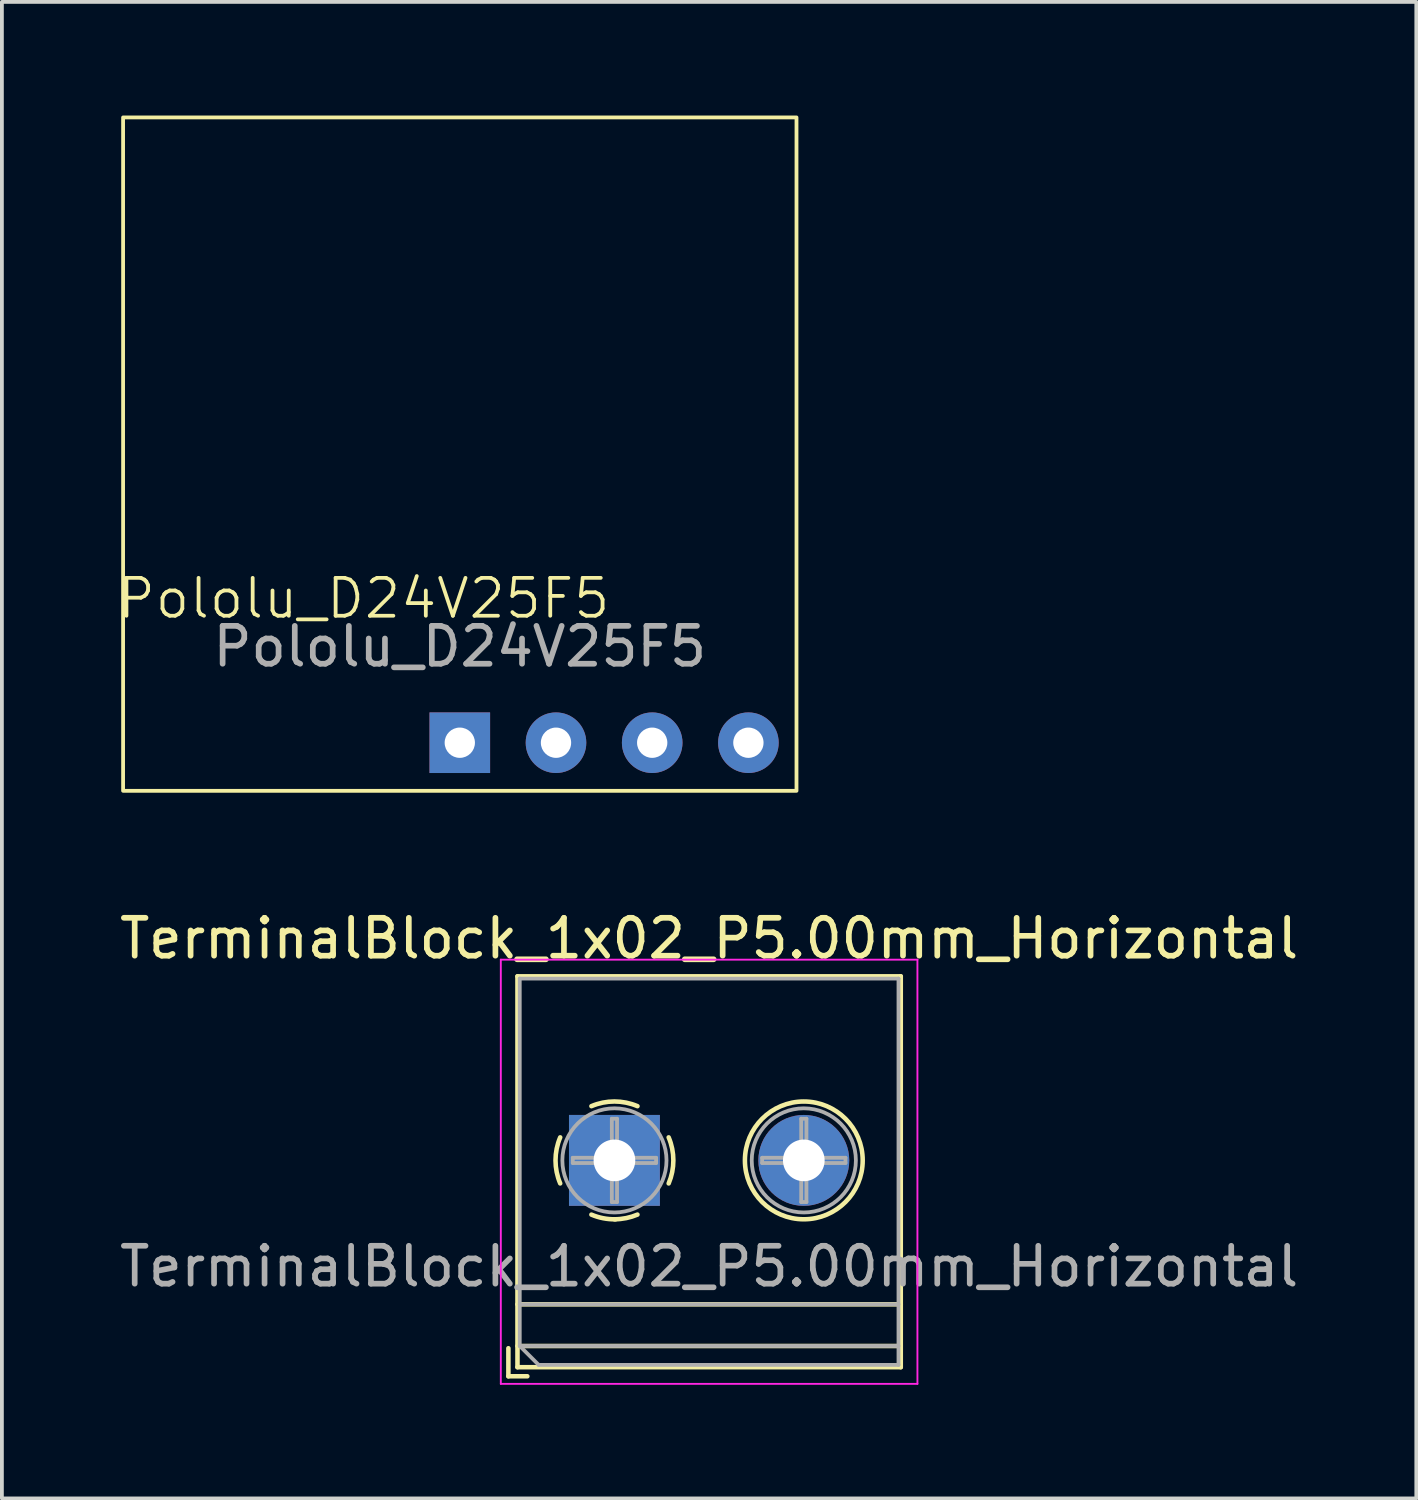
<source format=kicad_pcb>
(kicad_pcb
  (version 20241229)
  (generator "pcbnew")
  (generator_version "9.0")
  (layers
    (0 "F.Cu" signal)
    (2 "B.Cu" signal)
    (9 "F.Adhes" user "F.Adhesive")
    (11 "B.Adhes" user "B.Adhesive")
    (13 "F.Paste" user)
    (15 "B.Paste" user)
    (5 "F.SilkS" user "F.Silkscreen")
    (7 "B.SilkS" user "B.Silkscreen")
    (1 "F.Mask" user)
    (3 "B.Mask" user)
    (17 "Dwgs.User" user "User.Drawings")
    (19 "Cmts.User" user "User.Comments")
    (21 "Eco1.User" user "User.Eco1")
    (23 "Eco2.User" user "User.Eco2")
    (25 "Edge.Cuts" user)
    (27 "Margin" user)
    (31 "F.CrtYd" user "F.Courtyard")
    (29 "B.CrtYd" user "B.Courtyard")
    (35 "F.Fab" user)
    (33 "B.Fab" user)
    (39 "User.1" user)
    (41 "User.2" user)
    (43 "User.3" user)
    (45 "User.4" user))
  (footprint "Pololu_D24V25F5"
    (layer "F.Cu")
    (at 9.09 16.56)
    (property "Reference" "Pololu_D24V25F5" (at -2.54 -3.81 0) (unlocked yes) (layer "F.SilkS") (effects (font (size 1 1) (thickness 0.1))))
    (attr through_hole)
    (fp_rect (start 8.89 1.27) (end -8.89 -16.51) (stroke (width 0.1) (type default)) (fill no) (layer "F.SilkS"))
    (fp_text user "${REFERENCE}" (at 0 -2.54 0) (unlocked yes) (layer "F.Fab") (effects (font (size 1 1) (thickness 0.15))))
    (pad "1" thru_hole rect (at 0 0) (size 1.6 1.6) (drill 0.8) (layers "*.Cu" "*.Mask"))
    (pad "2" thru_hole circle (at 2.54 0) (size 1.6 1.6) (drill 0.8) (layers "*.Cu" "*.Mask"))
    (pad "3" thru_hole circle (at 5.08 0) (size 1.6 1.6) (drill 0.8) (layers "*.Cu" "*.Mask"))
    (pad "4" thru_hole circle (at 7.62 0) (size 1.6 1.6) (drill 0.8) (layers "*.Cu" "*.Mask")))
  (footprint "TerminalBlock_1x02_P5.00mm_Horizontal"
    (layer "F.Cu")
    (at 13.173 27.588)
    (property "Reference" "TerminalBlock_1x02_P5.00mm_Horizontal" (at 2.5 -5.86 0) (layer "F.SilkS") (effects (font (size 1 1) (thickness 0.15))))
    (attr through_hole)
    (fp_line (start -2.8 4.96) (end -2.8 5.7) (stroke (width 0.12) (type solid)) (layer "F.SilkS"))
    (fp_line (start -2.8 5.7) (end -2.3 5.7) (stroke (width 0.12) (type solid)) (layer "F.SilkS"))
    (fp_line (start -2.56 -4.86) (end -2.56 5.46) (stroke (width 0.12) (type solid)) (layer "F.SilkS"))
    (fp_line (start -2.56 -4.86) (end 7.56 -4.86) (stroke (width 0.12) (type solid)) (layer "F.SilkS"))
    (fp_line (start -2.56 3.8) (end 7.56 3.8) (stroke (width 0.12) (type solid)) (layer "F.SilkS"))
    (fp_line (start -2.56 4.9) (end 7.56 4.9) (stroke (width 0.12) (type solid)) (layer "F.SilkS"))
    (fp_line (start -2.56 5.46) (end 7.56 5.46) (stroke (width 0.12) (type solid)) (layer "F.SilkS"))
    (fp_line (start 7.56 -4.86) (end 7.56 5.46) (stroke (width 0.12) (type solid)) (layer "F.SilkS"))
    (fp_arc (start -1.432109 0.607742) (mid -1.555727 -0.00014) (end -1.432 -0.608) (stroke (width 0.12) (type solid)) (layer "F.SilkS"))
    (fp_arc (start -0.607742 -1.432109) (mid 0.00014 -1.555727) (end 0.608 -1.432) (stroke (width 0.12) (type solid)) (layer "F.SilkS"))
    (fp_arc (start 0.027011 1.555493) (mid -0.296984 1.527118) (end -0.608 1.432) (stroke (width 0.12) (type solid)) (layer "F.SilkS"))
    (fp_arc (start 0.607587 1.431385) (mid 0.310017 1.523783) (end 0 1.555) (stroke (width 0.12) (type solid)) (layer "F.SilkS"))
    (fp_arc (start 1.432109 -0.607742) (mid 1.555727 0.00014) (end 1.432 0.608) (stroke (width 0.12) (type solid)) (layer "F.SilkS"))
    (fp_circle (center 5 0) (end 6.555 0) (stroke (width 0.12) (type solid)) (fill no) (layer "F.SilkS"))
    (fp_line (start -3 -5.3) (end -3 5.9) (stroke (width 0.05) (type solid)) (layer "F.CrtYd"))
    (fp_line (start -3 5.9) (end 8 5.9) (stroke (width 0.05) (type solid)) (layer "F.CrtYd"))
    (fp_line (start 8 -5.3) (end -3 -5.3) (stroke (width 0.05) (type solid)) (layer "F.CrtYd"))
    (fp_line (start 8 5.9) (end 8 -5.3) (stroke (width 0.05) (type solid)) (layer "F.CrtYd"))
    (fp_line (start -2.5 -4.8) (end 7.5 -4.8) (stroke (width 0.1) (type solid)) (layer "F.Fab"))
    (fp_line (start -2.5 3.8) (end 7.5 3.8) (stroke (width 0.1) (type solid)) (layer "F.Fab"))
    (fp_line (start -2.5 4.9) (end -2.5 -4.8) (stroke (width 0.1) (type solid)) (layer "F.Fab"))
    (fp_line (start -2.5 4.9) (end 7.5 4.9) (stroke (width 0.1) (type solid)) (layer "F.Fab"))
    (fp_line (start -2 5.4) (end -2.5 4.9) (stroke (width 0.1) (type solid)) (layer "F.Fab"))
    (fp_line (start -1.1 -0.069) (end -0.069 -0.069) (stroke (width 0.1) (type solid)) (layer "F.Fab"))
    (fp_line (start -1.1 0.069) (end -1.1 -0.069) (stroke (width 0.1) (type solid)) (layer "F.Fab"))
    (fp_line (start -0.069 -1.1) (end 0.069 -1.1) (stroke (width 0.1) (type solid)) (layer "F.Fab"))
    (fp_line (start -0.069 -0.069) (end -0.069 -1.1) (stroke (width 0.1) (type solid)) (layer "F.Fab"))
    (fp_line (start -0.069 0.069) (end -1.1 0.069) (stroke (width 0.1) (type solid)) (layer "F.Fab"))
    (fp_line (start -0.069 1.1) (end -0.069 0.069) (stroke (width 0.1) (type solid)) (layer "F.Fab"))
    (fp_line (start 0.069 -1.1) (end 0.069 -0.069) (stroke (width 0.1) (type solid)) (layer "F.Fab"))
    (fp_line (start 0.069 -0.069) (end 1.1 -0.069) (stroke (width 0.1) (type solid)) (layer "F.Fab"))
    (fp_line (start 0.069 0.069) (end 0.069 1.1) (stroke (width 0.1) (type solid)) (layer "F.Fab"))
    (fp_line (start 0.069 1.1) (end -0.069 1.1) (stroke (width 0.1) (type solid)) (layer "F.Fab"))
    (fp_line (start 1.1 -0.069) (end 1.1 0.069) (stroke (width 0.1) (type solid)) (layer "F.Fab"))
    (fp_line (start 1.1 0.069) (end 0.069 0.069) (stroke (width 0.1) (type solid)) (layer "F.Fab"))
    (fp_line (start 3.9 -0.069) (end 4.931 -0.069) (stroke (width 0.1) (type solid)) (layer "F.Fab"))
    (fp_line (start 3.9 0.069) (end 3.9 -0.069) (stroke (width 0.1) (type solid)) (layer "F.Fab"))
    (fp_line (start 4.931 -1.1) (end 5.069 -1.1) (stroke (width 0.1) (type solid)) (layer "F.Fab"))
    (fp_line (start 4.931 -0.069) (end 4.931 -1.1) (stroke (width 0.1) (type solid)) (layer "F.Fab"))
    (fp_line (start 4.931 0.069) (end 3.9 0.069) (stroke (width 0.1) (type solid)) (layer "F.Fab"))
    (fp_line (start 4.931 1.1) (end 4.931 0.069) (stroke (width 0.1) (type solid)) (layer "F.Fab"))
    (fp_line (start 5.069 -1.1) (end 5.069 -0.069) (stroke (width 0.1) (type solid)) (layer "F.Fab"))
    (fp_line (start 5.069 -0.069) (end 6.1 -0.069) (stroke (width 0.1) (type solid)) (layer "F.Fab"))
    (fp_line (start 5.069 0.069) (end 5.069 1.1) (stroke (width 0.1) (type solid)) (layer "F.Fab"))
    (fp_line (start 5.069 1.1) (end 4.931 1.1) (stroke (width 0.1) (type solid)) (layer "F.Fab"))
    (fp_line (start 6.1 -0.069) (end 6.1 0.069) (stroke (width 0.1) (type solid)) (layer "F.Fab"))
    (fp_line (start 6.1 0.069) (end 5.069 0.069) (stroke (width 0.1) (type solid)) (layer "F.Fab"))
    (fp_line (start 7.5 -4.8) (end 7.5 5.4) (stroke (width 0.1) (type solid)) (layer "F.Fab"))
    (fp_line (start 7.5 5.4) (end -2 5.4) (stroke (width 0.1) (type solid)) (layer "F.Fab"))
    (fp_circle (center 0 0) (end 1.375 0) (stroke (width 0.1) (type solid)) (fill no) (layer "F.Fab"))
    (fp_circle (center 5 0) (end 6.375 0) (stroke (width 0.1) (type solid)) (fill no) (layer "F.Fab"))
    (fp_text user "${REFERENCE}" (at 2.5 2.8 0) (layer "F.Fab") (effects (font (size 1 1) (thickness 0.15))))
    (pad "1" thru_hole rect (at 0 0) (size 2.4 2.4) (drill 1.1) (layers "*.Cu" "*.Mask"))
    (pad "2" thru_hole circle (at 5 0) (size 2.4 2.4) (drill 1.1) (layers "*.Cu" "*.Mask")))
  (gr_rect
    (start -3 -3)
    (end 34.345 36.513)
    (stroke (width 0.1) (type default))
    (fill no)
    (layer "Edge.Cuts")))
</source>
